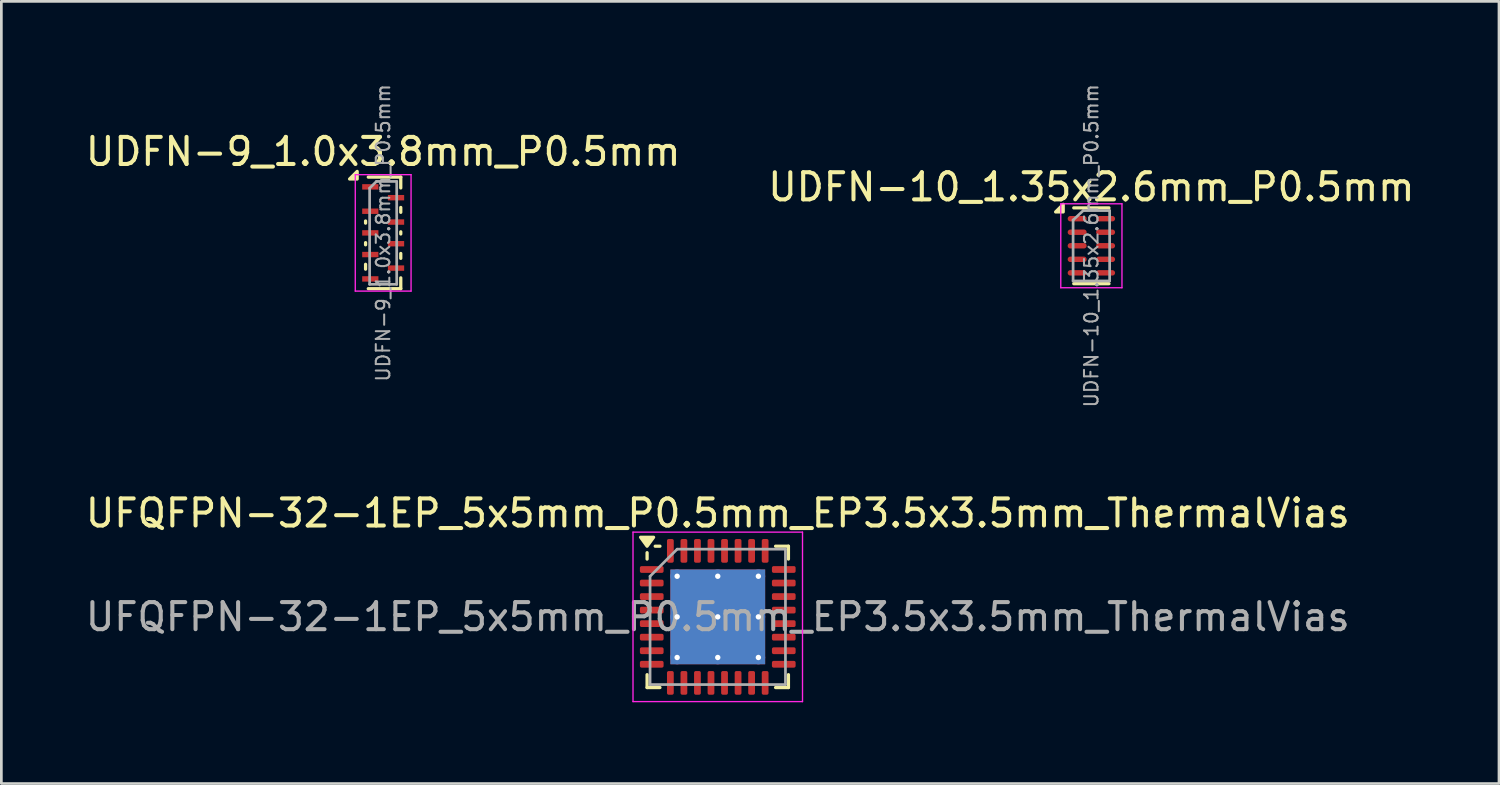
<source format=kicad_pcb>
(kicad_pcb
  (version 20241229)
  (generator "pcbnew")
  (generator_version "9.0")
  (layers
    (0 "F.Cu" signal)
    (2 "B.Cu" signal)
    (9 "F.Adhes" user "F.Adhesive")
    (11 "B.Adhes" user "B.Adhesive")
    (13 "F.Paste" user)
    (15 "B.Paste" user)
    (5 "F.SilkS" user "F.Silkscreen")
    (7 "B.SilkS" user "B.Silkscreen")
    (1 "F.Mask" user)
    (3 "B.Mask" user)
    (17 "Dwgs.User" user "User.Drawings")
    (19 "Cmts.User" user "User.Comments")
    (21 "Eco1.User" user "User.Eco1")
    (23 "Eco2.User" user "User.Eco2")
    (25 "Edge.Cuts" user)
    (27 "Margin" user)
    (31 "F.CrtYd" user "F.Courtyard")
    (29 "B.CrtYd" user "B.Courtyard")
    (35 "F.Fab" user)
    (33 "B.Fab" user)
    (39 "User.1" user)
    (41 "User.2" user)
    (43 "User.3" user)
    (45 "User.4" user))
  (footprint "UDFN-10_1.35x2.6mm_P0.5mm"
    (layer "F.Cu")
    (at 37.256 6.027)
    (property "Reference" "UDFN-10_1.35x2.6mm_P0.5mm" (at 0 -2.17 0) (layer "F.SilkS") (effects (font (size 1 1) (thickness 0.15))))
    (attr smd)
    (fp_line (start -0.65 -1.4) (end 0.65 -1.4) (stroke (width 0.12) (type solid)) (layer "F.SilkS"))
    (fp_line (start -0.65 1.4) (end 0.65 1.4) (stroke (width 0.12) (type solid)) (layer "F.SilkS"))
    (fp_poly (pts (xy -1.04 -1.25) (xy -1.32 -1.25) (xy -1.04 -1.53) (xy -1.04 -1.25)) (stroke (width 0.12) (type solid)) (fill yes) (layer "F.SilkS"))
    (fp_line (start -1.13 -1.55) (end -1.13 1.55) (stroke (width 0.05) (type solid)) (layer "F.CrtYd"))
    (fp_line (start -1.13 -1.55) (end 1.13 -1.55) (stroke (width 0.05) (type solid)) (layer "F.CrtYd"))
    (fp_line (start -1.13 1.55) (end 1.13 1.55) (stroke (width 0.05) (type solid)) (layer "F.CrtYd"))
    (fp_line (start 1.13 -1.55) (end 1.13 1.55) (stroke (width 0.05) (type solid)) (layer "F.CrtYd"))
    (fp_line (start -0.675 -0.95) (end -0.3 -1.3) (stroke (width 0.1) (type solid)) (layer "F.Fab"))
    (fp_line (start -0.675 1.3) (end -0.675 -0.95) (stroke (width 0.1) (type solid)) (layer "F.Fab"))
    (fp_line (start -0.3 -1.3) (end 0.675 -1.3) (stroke (width 0.1) (type solid)) (layer "F.Fab"))
    (fp_line (start 0.675 -1.3) (end 0.675 1.3) (stroke (width 0.1) (type solid)) (layer "F.Fab"))
    (fp_line (start 0.675 1.3) (end -0.675 1.3) (stroke (width 0.1) (type solid)) (layer "F.Fab"))
    (fp_text user "${REFERENCE}" (at 0 0 90) (layer "F.Fab") (effects (font (size 0.5 0.5) (thickness 0.075))))
    (pad "1" smd oval (at -0.525 -1) (size 0.7 0.2) (layers "F.Cu" "F.Mask" "F.Paste"))
    (pad "2" smd oval (at -0.525 -0.5) (size 0.7 0.2) (layers "F.Cu" "F.Mask" "F.Paste"))
    (pad "3" smd oval (at -0.525 0) (size 0.7 0.2) (layers "F.Cu" "F.Mask" "F.Paste"))
    (pad "4" smd oval (at -0.525 0.5) (size 0.7 0.2) (layers "F.Cu" "F.Mask" "F.Paste"))
    (pad "5" smd oval (at -0.525 1) (size 0.7 0.2) (layers "F.Cu" "F.Mask" "F.Paste"))
    (pad "6" smd oval (at 0.525 1) (size 0.7 0.2) (layers "F.Cu" "F.Mask" "F.Paste"))
    (pad "7" smd oval (at 0.525 0.5) (size 0.7 0.2) (layers "F.Cu" "F.Mask" "F.Paste"))
    (pad "8" smd oval (at 0.525 0) (size 0.7 0.2) (layers "F.Cu" "F.Mask" "F.Paste"))
    (pad "9" smd oval (at 0.525 -0.5) (size 0.7 0.2) (layers "F.Cu" "F.Mask" "F.Paste"))
    (pad "10" smd oval (at 0.525 -1) (size 0.7 0.2) (layers "F.Cu" "F.Mask" "F.Paste")))
  (footprint "UFQFPN-32-1EP_5x5mm_P0.5mm_EP3.5x3.5mm_ThermalVias"
    (layer "F.Cu")
    (at 23.458 19.732)
    (property "Reference" "UFQFPN-32-1EP_5x5mm_P0.5mm_EP3.5x3.5mm_ThermalVias" (at 0 -3.83 0) (layer "F.SilkS") (effects (font (size 1 1) (thickness 0.15))))
    (attr smd)
    (fp_line (start -2.61 -2.135) (end -2.61 -2.37) (stroke (width 0.12) (type solid)) (layer "F.SilkS"))
    (fp_line (start -2.61 2.61) (end -2.61 2.135) (stroke (width 0.12) (type solid)) (layer "F.SilkS"))
    (fp_line (start -2.135 -2.61) (end -2.31 -2.61) (stroke (width 0.12) (type solid)) (layer "F.SilkS"))
    (fp_line (start -2.135 2.61) (end -2.61 2.61) (stroke (width 0.12) (type solid)) (layer "F.SilkS"))
    (fp_line (start 2.135 -2.61) (end 2.61 -2.61) (stroke (width 0.12) (type solid)) (layer "F.SilkS"))
    (fp_line (start 2.135 2.61) (end 2.61 2.61) (stroke (width 0.12) (type solid)) (layer "F.SilkS"))
    (fp_line (start 2.61 -2.61) (end 2.61 -2.135) (stroke (width 0.12) (type solid)) (layer "F.SilkS"))
    (fp_line (start 2.61 2.61) (end 2.61 2.135) (stroke (width 0.12) (type solid)) (layer "F.SilkS"))
    (fp_poly (pts (xy -2.61 -2.61) (xy -2.85 -2.94) (xy -2.37 -2.94) (xy -2.61 -2.61)) (stroke (width 0.12) (type solid)) (fill yes) (layer "F.SilkS"))
    (fp_line (start -3.13 -3.13) (end -3.13 3.13) (stroke (width 0.05) (type solid)) (layer "F.CrtYd"))
    (fp_line (start -3.13 3.13) (end 3.13 3.13) (stroke (width 0.05) (type solid)) (layer "F.CrtYd"))
    (fp_line (start 3.13 -3.13) (end -3.13 -3.13) (stroke (width 0.05) (type solid)) (layer "F.CrtYd"))
    (fp_line (start 3.13 3.13) (end 3.13 -3.13) (stroke (width 0.05) (type solid)) (layer "F.CrtYd"))
    (fp_line (start -2.5 -1.5) (end -1.5 -2.5) (stroke (width 0.1) (type solid)) (layer "F.Fab"))
    (fp_line (start -2.5 2.5) (end -2.5 -1.5) (stroke (width 0.1) (type solid)) (layer "F.Fab"))
    (fp_line (start -1.5 -2.5) (end 2.5 -2.5) (stroke (width 0.1) (type solid)) (layer "F.Fab"))
    (fp_line (start 2.5 -2.5) (end 2.5 2.5) (stroke (width 0.1) (type solid)) (layer "F.Fab"))
    (fp_line (start 2.5 2.5) (end -2.5 2.5) (stroke (width 0.1) (type solid)) (layer "F.Fab"))
    (fp_text user "${REFERENCE}" (at 0 0 0) (layer "F.Fab") (effects (font (size 1 1) (thickness 0.15))))
    (pad "" smd roundrect (at -0.875 -0.875) (size 1.41 1.41) (layers "F.Paste") (roundrect_rratio 0.177))
    (pad "" smd roundrect (at -0.875 0.875) (size 1.41 1.41) (layers "F.Paste") (roundrect_rratio 0.177))
    (pad "" smd roundrect (at 0.875 -0.875) (size 1.41 1.41) (layers "F.Paste") (roundrect_rratio 0.177))
    (pad "" smd roundrect (at 0.875 0.875) (size 1.41 1.41) (layers "F.Paste") (roundrect_rratio 0.177))
    (pad "1" smd roundrect (at -2.438 -1.75) (size 0.875 0.25) (layers "F.Cu" "F.Mask" "F.Paste") (roundrect_rratio 0.25))
    (pad "2" smd roundrect (at -2.438 -1.25) (size 0.875 0.25) (layers "F.Cu" "F.Mask" "F.Paste") (roundrect_rratio 0.25))
    (pad "3" smd roundrect (at -2.438 -0.75) (size 0.875 0.25) (layers "F.Cu" "F.Mask" "F.Paste") (roundrect_rratio 0.25))
    (pad "4" smd roundrect (at -2.438 -0.25) (size 0.875 0.25) (layers "F.Cu" "F.Mask" "F.Paste") (roundrect_rratio 0.25))
    (pad "5" smd roundrect (at -2.438 0.25) (size 0.875 0.25) (layers "F.Cu" "F.Mask" "F.Paste") (roundrect_rratio 0.25))
    (pad "6" smd roundrect (at -2.438 0.75) (size 0.875 0.25) (layers "F.Cu" "F.Mask" "F.Paste") (roundrect_rratio 0.25))
    (pad "7" smd roundrect (at -2.438 1.25) (size 0.875 0.25) (layers "F.Cu" "F.Mask" "F.Paste") (roundrect_rratio 0.25))
    (pad "8" smd roundrect (at -2.438 1.75) (size 0.875 0.25) (layers "F.Cu" "F.Mask" "F.Paste") (roundrect_rratio 0.25))
    (pad "9" smd roundrect (at -1.75 2.438) (size 0.25 0.875) (layers "F.Cu" "F.Mask" "F.Paste") (roundrect_rratio 0.25))
    (pad "10" smd roundrect (at -1.25 2.438) (size 0.25 0.875) (layers "F.Cu" "F.Mask" "F.Paste") (roundrect_rratio 0.25))
    (pad "11" smd roundrect (at -0.75 2.438) (size 0.25 0.875) (layers "F.Cu" "F.Mask" "F.Paste") (roundrect_rratio 0.25))
    (pad "12" smd roundrect (at -0.25 2.438) (size 0.25 0.875) (layers "F.Cu" "F.Mask" "F.Paste") (roundrect_rratio 0.25))
    (pad "13" smd roundrect (at 0.25 2.438) (size 0.25 0.875) (layers "F.Cu" "F.Mask" "F.Paste") (roundrect_rratio 0.25))
    (pad "14" smd roundrect (at 0.75 2.438) (size 0.25 0.875) (layers "F.Cu" "F.Mask" "F.Paste") (roundrect_rratio 0.25))
    (pad "15" smd roundrect (at 1.25 2.438) (size 0.25 0.875) (layers "F.Cu" "F.Mask" "F.Paste") (roundrect_rratio 0.25))
    (pad "16" smd roundrect (at 1.75 2.438) (size 0.25 0.875) (layers "F.Cu" "F.Mask" "F.Paste") (roundrect_rratio 0.25))
    (pad "17" smd roundrect (at 2.438 1.75) (size 0.875 0.25) (layers "F.Cu" "F.Mask" "F.Paste") (roundrect_rratio 0.25))
    (pad "18" smd roundrect (at 2.438 1.25) (size 0.875 0.25) (layers "F.Cu" "F.Mask" "F.Paste") (roundrect_rratio 0.25))
    (pad "19" smd roundrect (at 2.438 0.75) (size 0.875 0.25) (layers "F.Cu" "F.Mask" "F.Paste") (roundrect_rratio 0.25))
    (pad "20" smd roundrect (at 2.438 0.25) (size 0.875 0.25) (layers "F.Cu" "F.Mask" "F.Paste") (roundrect_rratio 0.25))
    (pad "21" smd roundrect (at 2.438 -0.25) (size 0.875 0.25) (layers "F.Cu" "F.Mask" "F.Paste") (roundrect_rratio 0.25))
    (pad "22" smd roundrect (at 2.438 -0.75) (size 0.875 0.25) (layers "F.Cu" "F.Mask" "F.Paste") (roundrect_rratio 0.25))
    (pad "23" smd roundrect (at 2.438 -1.25) (size 0.875 0.25) (layers "F.Cu" "F.Mask" "F.Paste") (roundrect_rratio 0.25))
    (pad "24" smd roundrect (at 2.438 -1.75) (size 0.875 0.25) (layers "F.Cu" "F.Mask" "F.Paste") (roundrect_rratio 0.25))
    (pad "25" smd roundrect (at 1.75 -2.438) (size 0.25 0.875) (layers "F.Cu" "F.Mask" "F.Paste") (roundrect_rratio 0.25))
    (pad "26" smd roundrect (at 1.25 -2.438) (size 0.25 0.875) (layers "F.Cu" "F.Mask" "F.Paste") (roundrect_rratio 0.25))
    (pad "27" smd roundrect (at 0.75 -2.438) (size 0.25 0.875) (layers "F.Cu" "F.Mask" "F.Paste") (roundrect_rratio 0.25))
    (pad "28" smd roundrect (at 0.25 -2.438) (size 0.25 0.875) (layers "F.Cu" "F.Mask" "F.Paste") (roundrect_rratio 0.25))
    (pad "29" smd roundrect (at -0.25 -2.438) (size 0.25 0.875) (layers "F.Cu" "F.Mask" "F.Paste") (roundrect_rratio 0.25))
    (pad "30" smd roundrect (at -0.75 -2.438) (size 0.25 0.875) (layers "F.Cu" "F.Mask" "F.Paste") (roundrect_rratio 0.25))
    (pad "31" smd roundrect (at -1.25 -2.438) (size 0.25 0.875) (layers "F.Cu" "F.Mask" "F.Paste") (roundrect_rratio 0.25))
    (pad "32" smd roundrect (at -1.75 -2.438) (size 0.25 0.875) (layers "F.Cu" "F.Mask" "F.Paste") (roundrect_rratio 0.25))
    (pad "33" thru_hole circle (at -1.5 -1.5) (size 0.5 0.5) (drill 0.2) (property pad_prop_heatsink) (layers "*.Cu"))
    (pad "33" thru_hole circle (at -1.5 0) (size 0.5 0.5) (drill 0.2) (property pad_prop_heatsink) (layers "*.Cu"))
    (pad "33" thru_hole circle (at -1.5 1.5) (size 0.5 0.5) (drill 0.2) (property pad_prop_heatsink) (layers "*.Cu"))
    (pad "33" thru_hole circle (at 0 -1.5) (size 0.5 0.5) (drill 0.2) (property pad_prop_heatsink) (layers "*.Cu"))
    (pad "33" thru_hole circle (at 0 0) (size 0.5 0.5) (drill 0.2) (property pad_prop_heatsink) (layers "*.Cu"))
    (pad "33" smd rect (at 0 0) (size 3.5 3.5) (property pad_prop_heatsink) (layers "F.Cu" "F.Mask"))
    (pad "33" smd rect (at 0 0) (size 3.5 3.5) (property pad_prop_heatsink) (layers "B.Cu"))
    (pad "33" thru_hole circle (at 0 1.5) (size 0.5 0.5) (drill 0.2) (property pad_prop_heatsink) (layers "*.Cu"))
    (pad "33" thru_hole circle (at 1.5 -1.5) (size 0.5 0.5) (drill 0.2) (property pad_prop_heatsink) (layers "*.Cu"))
    (pad "33" thru_hole circle (at 1.5 0) (size 0.5 0.5) (drill 0.2) (property pad_prop_heatsink) (layers "*.Cu"))
    (pad "33" thru_hole circle (at 1.5 1.5) (size 0.5 0.5) (drill 0.2) (property pad_prop_heatsink) (layers "*.Cu")))
  (footprint "UDFN-9_1.0x3.8mm_P0.5mm"
    (layer "F.Cu")
    (at 11.101 5.551)
    (property "Reference" "UDFN-9_1.0x3.8mm_P0.5mm" (at 0 -3 0) (layer "F.SilkS") (effects (font (size 1 1) (thickness 0.15))))
    (attr smd)
    (fp_line (start -0.65 -0.44) (end -0.65 -0.36) (stroke (width 0.12) (type solid)) (layer "F.SilkS"))
    (fp_line (start -0.65 0.36) (end -0.65 0.44) (stroke (width 0.12) (type solid)) (layer "F.SilkS"))
    (fp_line (start -0.65 1.16) (end -0.65 1.34) (stroke (width 0.12) (type solid)) (layer "F.SilkS"))
    (fp_line (start 0.65 -2.06) (end -0.55 -2.06) (stroke (width 0.12) (type solid)) (layer "F.SilkS"))
    (fp_line (start 0.65 -1.66) (end 0.65 -2.06) (stroke (width 0.12) (type solid)) (layer "F.SilkS"))
    (fp_line (start 0.65 -0.94) (end 0.65 -0.76) (stroke (width 0.12) (type solid)) (layer "F.SilkS"))
    (fp_line (start 0.65 -0.04) (end 0.65 0.04) (stroke (width 0.12) (type solid)) (layer "F.SilkS"))
    (fp_line (start 0.65 0.76) (end 0.65 0.94) (stroke (width 0.12) (type solid)) (layer "F.SilkS"))
    (fp_line (start 0.65 1.66) (end 0.65 2.06) (stroke (width 0.12) (type solid)) (layer "F.SilkS"))
    (fp_line (start 0.65 2.06) (end -0.55 2.06) (stroke (width 0.12) (type solid)) (layer "F.SilkS"))
    (fp_poly (pts (xy -0.96 -1.99) (xy -1.24 -1.99) (xy -0.96 -2.27) (xy -0.96 -1.99)) (stroke (width 0.12) (type solid)) (fill yes) (layer "F.SilkS"))
    (fp_line (start -1.03 -2.15) (end -1.03 2.15) (stroke (width 0.05) (type solid)) (layer "F.CrtYd"))
    (fp_line (start -1.03 2.15) (end 1.03 2.15) (stroke (width 0.05) (type solid)) (layer "F.CrtYd"))
    (fp_line (start 1.03 -2.15) (end -1.03 -2.15) (stroke (width 0.05) (type solid)) (layer "F.CrtYd"))
    (fp_line (start 1.03 2.15) (end 1.03 -2.15) (stroke (width 0.05) (type solid)) (layer "F.CrtYd"))
    (fp_line (start -0.5 -1.65) (end -0.5 1.9) (stroke (width 0.1) (type solid)) (layer "F.Fab"))
    (fp_line (start -0.5 1.9) (end 0.5 1.9) (stroke (width 0.1) (type solid)) (layer "F.Fab"))
    (fp_line (start -0.25 -1.9) (end -0.5 -1.65) (stroke (width 0.1) (type solid)) (layer "F.Fab"))
    (fp_line (start 0.5 -1.9) (end -0.25 -1.9) (stroke (width 0.1) (type solid)) (layer "F.Fab"))
    (fp_line (start 0.5 1.9) (end 0.5 -1.9) (stroke (width 0.1) (type solid)) (layer "F.Fab"))
    (fp_text user "${REFERENCE}" (at 0 0 90) (layer "F.Fab") (effects (font (size 0.5 0.5) (thickness 0.075))))
    (pad "1" smd rect (at -0.475 -1.7) (size 0.6 0.2) (layers "F.Cu" "F.Mask" "F.Paste"))
    (pad "2" smd rect (at -0.475 -0.8) (size 0.6 0.2) (layers "F.Cu" "F.Mask" "F.Paste"))
    (pad "3" smd rect (at -0.475 0) (size 0.6 0.2) (layers "F.Cu" "F.Mask" "F.Paste"))
    (pad "4" smd rect (at -0.475 0.8) (size 0.6 0.2) (layers "F.Cu" "F.Mask" "F.Paste"))
    (pad "5" smd rect (at -0.475 1.7) (size 0.6 0.2) (layers "F.Cu" "F.Mask" "F.Paste"))
    (pad "6" smd rect (at 0.475 1.3) (size 0.6 0.2) (layers "F.Cu" "F.Mask" "F.Paste"))
    (pad "7" smd rect (at 0.475 0.4) (size 0.6 0.2) (layers "F.Cu" "F.Mask" "F.Paste"))
    (pad "8" smd rect (at 0.475 -0.4) (size 0.6 0.2) (layers "F.Cu" "F.Mask" "F.Paste"))
    (pad "9" smd rect (at 0.475 -1.3) (size 0.6 0.2) (layers "F.Cu" "F.Mask" "F.Paste")))
  (gr_rect
    (start -3 -3)
    (end 52.31 25.887)
    (stroke (width 0.1) (type default))
    (fill no)
    (layer "Edge.Cuts")))
</source>
